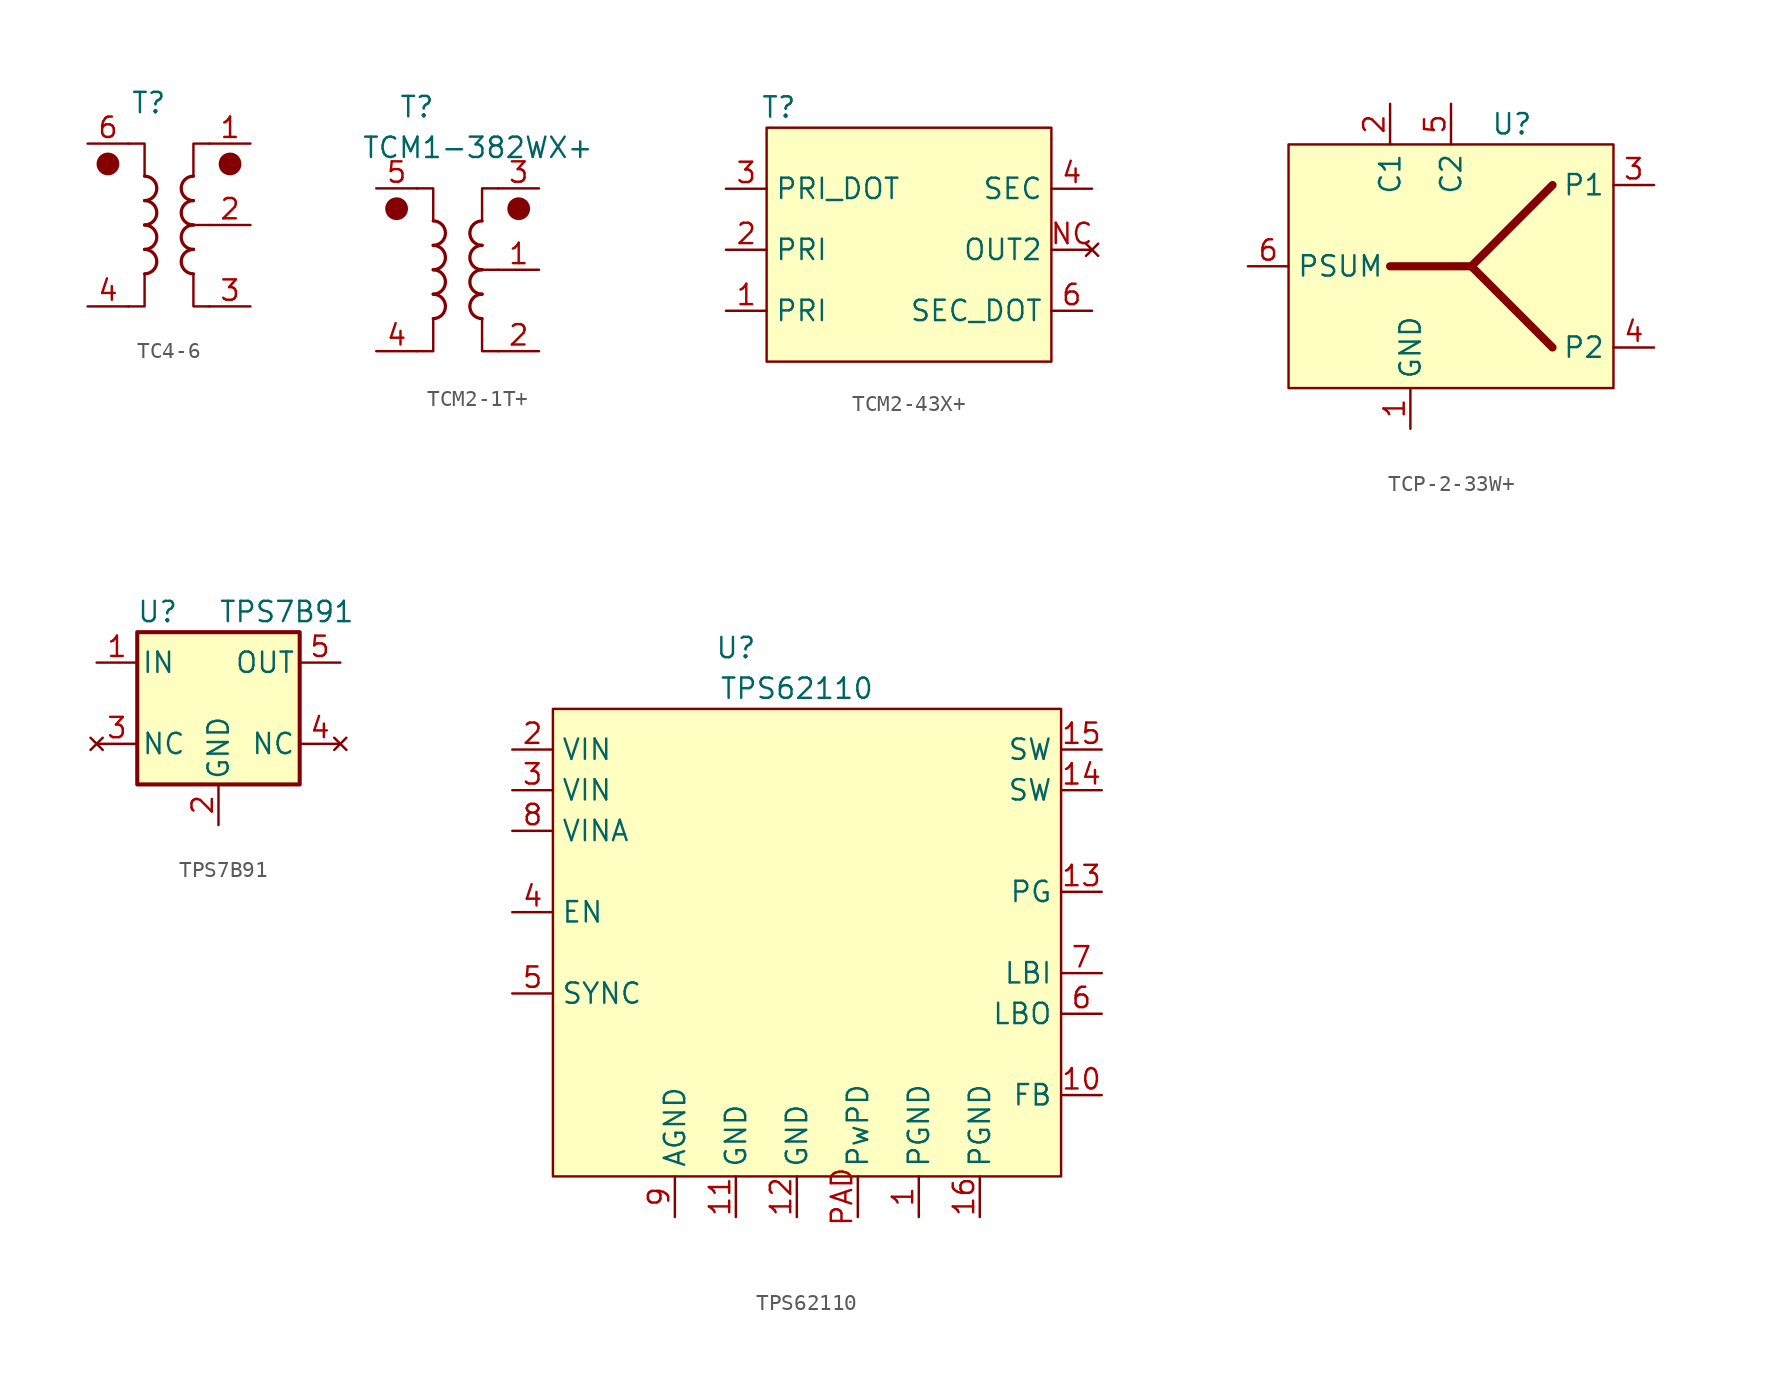
<source format=kicad_sym>
(kicad_symbol_lib
  (version 20241209)
  (generator "kicad_symbol_editor")
  (generator_version "9.0")
  (symbol "TC4-6"
    (property "Reference" "T"
      (at 3.81 0 0)
      (effects (font (size 1.27 1.27))))
    (property "Value" ""
      (at 0 0 0)
      (effects (font (size 1.27 1.27))))
    (symbol "TC4-6_0_1"
      (circle (center 1.27 -3.81) (radius 0.635) (stroke (width 0) (type default)) (fill (type outline)))
      (polyline (pts (xy 2.54 -2.54) (xy 3.556 -2.54) (xy 3.556 -4.572)) (stroke (width 0.152) (type default)) (fill (type none)))
      (arc (start 3.556 -4.572) (mid 4.315 -5.334) (end 3.556 -6.096) (stroke (width 0.2032) (type default)) (fill (type none)))
      (arc (start 3.556 -6.096) (mid 4.315 -6.858) (end 3.556 -7.62) (stroke (width 0.2032) (type default)) (fill (type none)))
      (arc (start 3.556 -7.62) (mid 4.315 -8.382) (end 3.556 -9.144) (stroke (width 0.2032) (type default)) (fill (type none)))
      (arc (start 3.556 -9.144) (mid 4.315 -9.906) (end 3.556 -10.668) (stroke (width 0.2032) (type default)) (fill (type none)))
      (polyline (pts (xy 3.556 -10.668) (xy 3.556 -12.7) (xy 2.54 -12.7)) (stroke (width 0.152) (type default)) (fill (type none)))
      (polyline (pts (xy 6.604 -4.572) (xy 6.604 -2.54) (xy 7.62 -2.54)) (stroke (width 0.152) (type default)) (fill (type none)))
      (arc (start 6.604 -6.096) (mid 5.845 -5.334) (end 6.604 -4.572) (stroke (width 0.2032) (type default)) (fill (type none)))
      (arc (start 6.604 -7.62) (mid 5.845 -6.858) (end 6.604 -6.096) (stroke (width 0.2032) (type default)) (fill (type none)))
      (arc (start 6.604 -9.144) (mid 5.845 -8.382) (end 6.604 -7.62) (stroke (width 0.2032) (type default)) (fill (type none)))
      (arc (start 6.604 -10.668) (mid 5.845 -9.906) (end 6.604 -9.144) (stroke (width 0.2032) (type default)) (fill (type none)))
      (polyline (pts (xy 7.62 -7.62) (xy 6.35 -7.62)) (stroke (width 0.152) (type default)) (fill (type none)))
      (polyline (pts (xy 7.62 -12.7) (xy 6.604 -12.7) (xy 6.604 -10.668)) (stroke (width 0.152) (type default)) (fill (type none)))
      (circle (center 8.89 -3.81) (radius 0.635) (stroke (width 0) (type default)) (fill (type outline))))
    (symbol "TC4-6_1_1"
      (pin passive line (at 0 -2.54 0) (length 2.54) (name "~" (effects (font (size 1.27 1.27)))) (number "6" (effects (font (size 1.27 1.27)))))
      (pin passive line (at 0 -12.7 0) (length 2.54) (name "~" (effects (font (size 1.27 1.27)))) (number "4" (effects (font (size 1.27 1.27)))))
      (pin no_connect line (at 2.54 -7.62 0) (length 2.54) (hide yes) (name "~" (effects (font (size 1.27 1.27)))) (number "5" (effects (font (size 1.27 1.27)))))
      (pin passive line (at 10.16 -2.54 180) (length 2.54) (name "~" (effects (font (size 1.27 1.27)))) (number "1" (effects (font (size 1.27 1.27)))))
      (pin passive line (at 10.16 -7.62 180) (length 2.54) (name "~" (effects (font (size 1.27 1.27)))) (number "2" (effects (font (size 1.27 1.27)))))
      (pin passive line (at 10.16 -12.7 180) (length 2.54) (name "~" (effects (font (size 1.27 1.27)))) (number "3" (effects (font (size 1.27 1.27)))))))
  (symbol "TCM2-1T+"
    (property "Reference" "T"
      (at 2.54 2.54 0)
      (effects (font (size 1.27 1.27))))
    (property "Value" "TCM1-382WX+"
      (at 6.35 0 0)
      (effects (font (size 1.27 1.27))))
    (symbol "TCM2-1T+_0_1"
      (circle (center 1.27 -3.81) (radius 0.635) (stroke (width 0) (type default)) (fill (type outline)))
      (polyline (pts (xy 2.54 -2.54) (xy 3.556 -2.54) (xy 3.556 -4.572)) (stroke (width 0.152) (type default)) (fill (type none)))
      (arc (start 3.556 -4.572) (mid 4.315 -5.334) (end 3.556 -6.096) (stroke (width 0.2032) (type default)) (fill (type none)))
      (arc (start 3.556 -6.096) (mid 4.315 -6.858) (end 3.556 -7.62) (stroke (width 0.2032) (type default)) (fill (type none)))
      (arc (start 3.556 -7.62) (mid 4.315 -8.382) (end 3.556 -9.144) (stroke (width 0.2032) (type default)) (fill (type none)))
      (arc (start 3.556 -9.144) (mid 4.315 -9.906) (end 3.556 -10.668) (stroke (width 0.2032) (type default)) (fill (type none)))
      (polyline (pts (xy 3.556 -10.668) (xy 3.556 -12.7) (xy 2.54 -12.7)) (stroke (width 0.152) (type default)) (fill (type none)))
      (polyline (pts (xy 6.604 -4.572) (xy 6.604 -2.54) (xy 7.62 -2.54)) (stroke (width 0.152) (type default)) (fill (type none)))
      (arc (start 6.604 -6.096) (mid 5.845 -5.334) (end 6.604 -4.572) (stroke (width 0.2032) (type default)) (fill (type none)))
      (arc (start 6.604 -7.62) (mid 5.845 -6.858) (end 6.604 -6.096) (stroke (width 0.2032) (type default)) (fill (type none)))
      (arc (start 6.604 -9.144) (mid 5.845 -8.382) (end 6.604 -7.62) (stroke (width 0.2032) (type default)) (fill (type none)))
      (arc (start 6.604 -10.668) (mid 5.845 -9.906) (end 6.604 -9.144) (stroke (width 0.2032) (type default)) (fill (type none)))
      (polyline (pts (xy 7.62 -7.62) (xy 6.35 -7.62)) (stroke (width 0.152) (type default)) (fill (type none)))
      (polyline (pts (xy 7.62 -12.7) (xy 6.604 -12.7) (xy 6.604 -10.668)) (stroke (width 0.152) (type default)) (fill (type none)))
      (circle (center 8.89 -3.81) (radius 0.635) (stroke (width 0) (type default)) (fill (type outline))))
    (symbol "TCM2-1T+_1_1"
      (pin passive line (at 0 -2.54 0) (length 2.54) (name "~" (effects (font (size 1.27 1.27)))) (number "5" (effects (font (size 1.27 1.27)))))
      (pin passive line (at 0 -12.7 0) (length 2.54) (name "~" (effects (font (size 1.27 1.27)))) (number "4" (effects (font (size 1.27 1.27)))))
      (pin no_connect line (at 2.54 -7.62 0) (length 2.54) (hide yes) (name "~" (effects (font (size 1.27 1.27)))) (number "6" (effects (font (size 1.27 1.27)))))
      (pin passive line (at 10.16 -2.54 180) (length 2.54) (name "~" (effects (font (size 1.27 1.27)))) (number "3" (effects (font (size 1.27 1.27)))))
      (pin passive line (at 10.16 -7.62 180) (length 2.54) (name "~" (effects (font (size 1.27 1.27)))) (number "1" (effects (font (size 1.27 1.27)))))
      (pin passive line (at 10.16 -12.7 180) (length 2.54) (name "~" (effects (font (size 1.27 1.27)))) (number "2" (effects (font (size 1.27 1.27)))))))
  (symbol "TCM2-43X+"
    (property "Reference" "T"
      (at 0.762 1.27 0)
      (effects (font (size 1.27 1.27))))
    (property "Value" ""
      (at 0 0 0)
      (effects (font (size 1.27 1.27))))
    (symbol "TCM2-43X+_1_1"
      (rectangle (start 0 0) (end 17.78 -14.605) (stroke (width 0) (type default)) (fill (type background)))
      (pin passive line (at -2.54 -3.81 0) (length 2.54) (name "PRI_DOT" (effects (font (size 1.27 1.27)))) (number "3" (effects (font (size 1.27 1.27)))))
      (pin passive line (at -2.54 -7.62 0) (length 2.54) (name "PRI" (effects (font (size 1.27 1.27)))) (number "2" (effects (font (size 1.27 1.27)))))
      (pin input line (at -2.54 -11.43 0) (length 2.54) (name "PRI" (effects (font (size 1.27 1.27)))) (number "1" (effects (font (size 1.27 1.27)))))
      (pin output line (at 20.32 -3.81 180) (length 2.54) (name "SEC" (effects (font (size 1.27 1.27)))) (number "4" (effects (font (size 1.27 1.27)))))
      (pin no_connect line (at 20.32 -7.62 180) (length 2.54) (name "OUT2" (effects (font (size 1.27 1.27)))) (number "NC" (effects (font (size 1.27 1.27)))))
      (pin output line (at 20.32 -11.43 180) (length 2.54) (name "SEC_DOT" (effects (font (size 1.27 1.27)))) (number "6" (effects (font (size 1.27 1.27)))))))
  (symbol "TCP-2-33W+"
    (property "Reference" "U"
      (at 13.97 1.27 0)
      (effects (font (size 1.27 1.27))))
    (property "Value" ""
      (at 0 0 0)
      (effects (font (size 1.27 1.27))))
    (symbol "TCP-2-33W+_0_1"
      (rectangle (start 0 0) (end 20.32 -15.24) (stroke (width 0) (type default)) (fill (type background)))
      (polyline (pts (xy 6.35 -7.62) (xy 11.43 -7.62) (xy 16.51 -2.54)) (stroke (width 0.508) (type default)) (fill (type none)))
      (polyline (pts (xy 11.43 -7.62) (xy 16.51 -12.7)) (stroke (width 0.508) (type default)) (fill (type none))))
    (symbol "TCP-2-33W+_1_1"
      (pin input line (at -2.54 -7.62 0) (length 2.54) (name "PSUM" (effects (font (size 1.27 1.27)))) (number "6" (effects (font (size 1.27 1.27)))))
      (pin passive line (at 6.35 2.54 270) (length 2.54) (name "C1" (effects (font (size 1.27 1.27)))) (number "2" (effects (font (size 1.27 1.27)))))
      (pin passive line (at 7.62 -17.78 90) (length 2.54) (name "GND" (effects (font (size 1.27 1.27)))) (number "1" (effects (font (size 1.27 1.27)))))
      (pin passive line (at 10.16 2.54 270) (length 2.54) (name "C2" (effects (font (size 1.27 1.27)))) (number "5" (effects (font (size 1.27 1.27)))))
      (pin output line (at 22.86 -2.54 180) (length 2.54) (name "P1" (effects (font (size 1.27 1.27)))) (number "3" (effects (font (size 1.27 1.27)))))
      (pin passive line (at 22.86 -12.7 180) (length 2.54) (name "P2" (effects (font (size 1.27 1.27)))) (number "4" (effects (font (size 1.27 1.27)))))))
  (symbol "TPS7B91"
    (pin_names
      (offset 0.254))
    (property "Reference" "U"
      (at -3.81 5.715 0)
      (effects (font (size 1.27 1.27))))
    (property "Value" "TPS7B91"
      (at 0 5.715 0)
      (effects (font (size 1.27 1.27)) (justify left)))
    (symbol "TPS7B91_0_1"
      (rectangle (start -5.08 4.445) (end 5.08 -5.08) (stroke (width 0.254) (type default)) (fill (type background))))
    (symbol "TPS7B91_1_1"
      (pin power_in line (at -7.62 2.54 0) (length 2.54) (name "IN" (effects (font (size 1.27 1.27)))) (number "1" (effects (font (size 1.27 1.27)))))
      (pin no_connect line (at -7.62 -2.54 0) (length 2.54) (name "NC" (effects (font (size 1.27 1.27)))) (number "3" (effects (font (size 1.27 1.27)))))
      (pin power_in line (at 0 -7.62 90) (length 2.54) (name "GND" (effects (font (size 1.27 1.27)))) (number "2" (effects (font (size 1.27 1.27)))))
      (pin no_connect line (at 5.08 0 180) (length 2.54) (hide yes) (name "NC" (effects (font (size 1.27 1.27)))) (number "4" (effects (font (size 1.27 1.27)))))
      (pin power_out line (at 7.62 2.54 180) (length 2.54) (name "OUT" (effects (font (size 1.27 1.27)))) (number "5" (effects (font (size 1.27 1.27)))))
      (pin no_connect line (at 7.62 -2.54 180) (length 2.54) (name "NC" (effects (font (size 1.27 1.27)))) (number "4" (effects (font (size 1.27 1.27)))))))
  (symbol "TPS62110"
    (property "Reference" "U"
      (at 11.43 3.81 0)
      (effects (font (size 1.27 1.27))))
    (property "Value" "TPS62110"
      (at 15.24 1.27 0)
      (effects (font (size 1.27 1.27))))
    (symbol "TPS62110_0_1"
      (rectangle (start 0 0) (end 31.75 -29.21) (stroke (width 0) (type default)) (fill (type background))))
    (symbol "TPS62110_1_1"
      (pin input line (at -2.54 -2.54 0) (length 2.54) (name "VIN" (effects (font (size 1.27 1.27)))) (number "2" (effects (font (size 1.27 1.27)))))
      (pin input line (at -2.54 -5.08 0) (length 2.54) (name "VIN" (effects (font (size 1.27 1.27)))) (number "3" (effects (font (size 1.27 1.27)))))
      (pin input line (at -2.54 -7.62 0) (length 2.54) (name "VINA" (effects (font (size 1.27 1.27)))) (number "8" (effects (font (size 1.27 1.27)))))
      (pin input line (at -2.54 -12.7 0) (length 2.54) (name "EN" (effects (font (size 1.27 1.27)))) (number "4" (effects (font (size 1.27 1.27)))))
      (pin passive line (at -2.54 -17.78 0) (length 2.54) (name "SYNC" (effects (font (size 1.27 1.27)))) (number "5" (effects (font (size 1.27 1.27)))))
      (pin passive line (at 7.62 -31.75 90) (length 2.54) (name "AGND" (effects (font (size 1.27 1.27)))) (number "9" (effects (font (size 1.27 1.27)))))
      (pin passive line (at 11.43 -31.75 90) (length 2.54) (name "GND" (effects (font (size 1.27 1.27)))) (number "11" (effects (font (size 1.27 1.27)))))
      (pin passive line (at 15.24 -31.75 90) (length 2.54) (name "GND" (effects (font (size 1.27 1.27)))) (number "12" (effects (font (size 1.27 1.27)))))
      (pin passive line (at 19.05 -31.75 90) (length 2.54) (name "PwPD" (effects (font (size 1.27 1.27)))) (number "PAD" (effects (font (size 1.27 1.27)))))
      (pin passive line (at 22.86 -31.75 90) (length 2.54) (name "PGND" (effects (font (size 1.27 1.27)))) (number "1" (effects (font (size 1.27 1.27)))))
      (pin passive line (at 26.67 -31.75 90) (length 2.54) (name "PGND" (effects (font (size 1.27 1.27)))) (number "16" (effects (font (size 1.27 1.27)))))
      (pin output line (at 34.29 -2.54 180) (length 2.54) (name "SW" (effects (font (size 1.27 1.27)))) (number "15" (effects (font (size 1.27 1.27)))))
      (pin output line (at 34.29 -5.08 180) (length 2.54) (name "SW" (effects (font (size 1.27 1.27)))) (number "14" (effects (font (size 1.27 1.27)))))
      (pin passive line (at 34.29 -11.43 180) (length 2.54) (name "PG" (effects (font (size 1.27 1.27)))) (number "13" (effects (font (size 1.27 1.27)))))
      (pin passive line (at 34.29 -16.51 180) (length 2.54) (name "LBI" (effects (font (size 1.27 1.27)))) (number "7" (effects (font (size 1.27 1.27)))))
      (pin passive line (at 34.29 -19.05 180) (length 2.54) (name "LBO" (effects (font (size 1.27 1.27)))) (number "6" (effects (font (size 1.27 1.27)))))
      (pin passive line (at 34.29 -24.13 180) (length 2.54) (name "FB" (effects (font (size 1.27 1.27)))) (number "10" (effects (font (size 1.27 1.27))))))))
</source>
